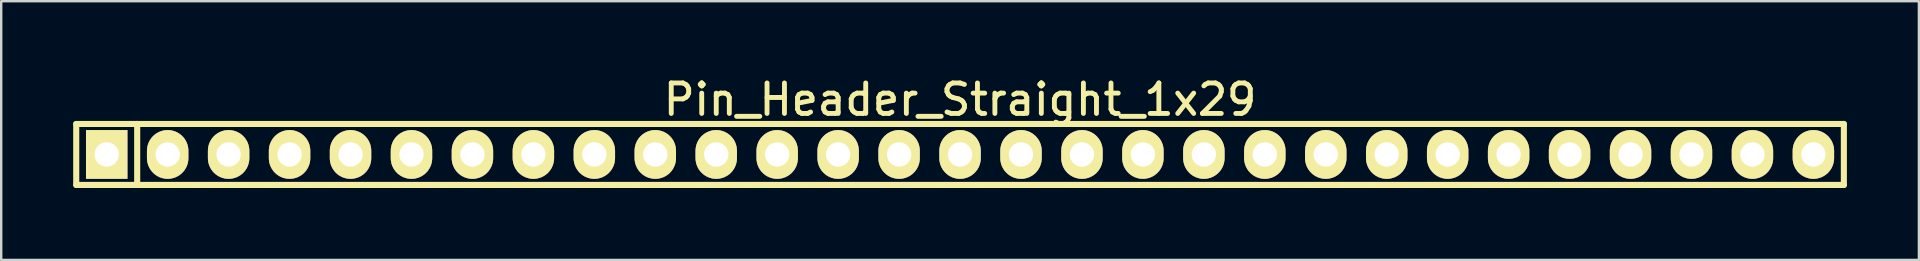
<source format=kicad_pcb>
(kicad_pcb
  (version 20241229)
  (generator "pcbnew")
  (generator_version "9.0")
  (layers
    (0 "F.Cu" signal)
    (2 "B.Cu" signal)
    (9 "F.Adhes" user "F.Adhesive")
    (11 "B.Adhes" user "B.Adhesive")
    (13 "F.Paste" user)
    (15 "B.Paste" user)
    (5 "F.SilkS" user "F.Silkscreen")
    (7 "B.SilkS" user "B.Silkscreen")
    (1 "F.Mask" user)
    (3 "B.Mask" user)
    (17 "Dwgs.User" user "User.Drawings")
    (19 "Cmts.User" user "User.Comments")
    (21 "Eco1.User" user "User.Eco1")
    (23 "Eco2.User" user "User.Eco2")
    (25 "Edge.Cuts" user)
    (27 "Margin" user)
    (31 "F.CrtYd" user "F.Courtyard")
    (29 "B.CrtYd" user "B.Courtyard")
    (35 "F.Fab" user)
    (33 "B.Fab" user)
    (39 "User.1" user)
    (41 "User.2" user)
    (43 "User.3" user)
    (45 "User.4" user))
  (footprint "Pin_Header_Straight_1x29"
    (layer "F.Cu")
    (at 36.957 3.386)
    (property "Reference" "Pin_Header_Straight_1x29" (at 0 -2.286 0) (layer "F.SilkS") (effects (font (size 1.27 1.27) (thickness 0.203))))
    (attr through_hole)
    (fp_line (start -36.83 -1.27) (end -36.83 1.27) (stroke (width 0.254) (type solid)) (layer "F.SilkS"))
    (fp_line (start -36.83 -1.27) (end -34.29 -1.27) (stroke (width 0.254) (type solid)) (layer "F.SilkS"))
    (fp_line (start -36.83 1.27) (end -34.29 1.27) (stroke (width 0.254) (type solid)) (layer "F.SilkS"))
    (fp_line (start -34.29 -1.27) (end -34.29 1.27) (stroke (width 0.254) (type solid)) (layer "F.SilkS"))
    (fp_line (start -34.29 1.27) (end 36.83 1.27) (stroke (width 0.254) (type solid)) (layer "F.SilkS"))
    (fp_line (start 36.83 -1.27) (end -34.29 -1.27) (stroke (width 0.254) (type solid)) (layer "F.SilkS"))
    (fp_line (start 36.83 1.27) (end 36.83 -1.27) (stroke (width 0.254) (type solid)) (layer "F.SilkS"))
    (pad "1" thru_hole rect (at -35.56 0) (size 1.727 2.032) (drill 1.016) (layers "*.Cu" "*.Mask" "F.SilkS"))
    (pad "2" thru_hole oval (at -33.02 0) (size 1.727 2.032) (drill 1.016) (layers "*.Cu" "*.Mask" "F.SilkS"))
    (pad "3" thru_hole oval (at -30.48 0) (size 1.727 2.032) (drill 1.016) (layers "*.Cu" "*.Mask" "F.SilkS"))
    (pad "4" thru_hole oval (at -27.94 0) (size 1.727 2.032) (drill 1.016) (layers "*.Cu" "*.Mask" "F.SilkS"))
    (pad "5" thru_hole oval (at -25.4 0) (size 1.727 2.032) (drill 1.016) (layers "*.Cu" "*.Mask" "F.SilkS"))
    (pad "6" thru_hole oval (at -22.86 0) (size 1.727 2.032) (drill 1.016) (layers "*.Cu" "*.Mask" "F.SilkS"))
    (pad "7" thru_hole oval (at -20.32 0) (size 1.727 2.032) (drill 1.016) (layers "*.Cu" "*.Mask" "F.SilkS"))
    (pad "8" thru_hole oval (at -17.78 0) (size 1.727 2.032) (drill 1.016) (layers "*.Cu" "*.Mask" "F.SilkS"))
    (pad "9" thru_hole oval (at -15.24 0) (size 1.727 2.032) (drill 1.016) (layers "*.Cu" "*.Mask" "F.SilkS"))
    (pad "10" thru_hole oval (at -12.7 0) (size 1.727 2.032) (drill 1.016) (layers "*.Cu" "*.Mask" "F.SilkS"))
    (pad "11" thru_hole oval (at -10.16 0) (size 1.727 2.032) (drill 1.016) (layers "*.Cu" "*.Mask" "F.SilkS"))
    (pad "12" thru_hole oval (at -7.62 0) (size 1.727 2.032) (drill 1.016) (layers "*.Cu" "*.Mask" "F.SilkS"))
    (pad "13" thru_hole oval (at -5.08 0) (size 1.727 2.032) (drill 1.016) (layers "*.Cu" "*.Mask" "F.SilkS"))
    (pad "14" thru_hole oval (at -2.54 0) (size 1.727 2.032) (drill 1.016) (layers "*.Cu" "*.Mask" "F.SilkS"))
    (pad "15" thru_hole oval (at 0 0) (size 1.727 2.032) (drill 1.016) (layers "*.Cu" "*.Mask" "F.SilkS"))
    (pad "16" thru_hole oval (at 2.54 0) (size 1.727 2.032) (drill 1.016) (layers "*.Cu" "*.Mask" "F.SilkS"))
    (pad "17" thru_hole oval (at 5.08 0) (size 1.727 2.032) (drill 1.016) (layers "*.Cu" "*.Mask" "F.SilkS"))
    (pad "18" thru_hole oval (at 7.62 0) (size 1.727 2.032) (drill 1.016) (layers "*.Cu" "*.Mask" "F.SilkS"))
    (pad "19" thru_hole oval (at 10.16 0) (size 1.727 2.032) (drill 1.016) (layers "*.Cu" "*.Mask" "F.SilkS"))
    (pad "20" thru_hole oval (at 12.7 0) (size 1.727 2.032) (drill 1.016) (layers "*.Cu" "*.Mask" "F.SilkS"))
    (pad "21" thru_hole oval (at 15.24 0) (size 1.727 2.032) (drill 1.016) (layers "*.Cu" "*.Mask" "F.SilkS"))
    (pad "22" thru_hole oval (at 17.78 0) (size 1.727 2.032) (drill 1.016) (layers "*.Cu" "*.Mask" "F.SilkS"))
    (pad "23" thru_hole oval (at 20.32 0) (size 1.727 2.032) (drill 1.016) (layers "*.Cu" "*.Mask" "F.SilkS"))
    (pad "24" thru_hole oval (at 22.86 0) (size 1.727 2.032) (drill 1.016) (layers "*.Cu" "*.Mask" "F.SilkS"))
    (pad "25" thru_hole oval (at 25.4 0) (size 1.727 2.032) (drill 1.016) (layers "*.Cu" "*.Mask" "F.SilkS"))
    (pad "26" thru_hole oval (at 27.94 0) (size 1.727 2.032) (drill 1.016) (layers "*.Cu" "*.Mask" "F.SilkS"))
    (pad "27" thru_hole oval (at 30.48 0) (size 1.727 2.032) (drill 1.016) (layers "*.Cu" "*.Mask" "F.SilkS"))
    (pad "28" thru_hole oval (at 33.02 0) (size 1.727 2.032) (drill 1.016) (layers "*.Cu" "*.Mask" "F.SilkS"))
    (pad "29" thru_hole oval (at 35.56 0) (size 1.727 2.032) (drill 1.016) (layers "*.Cu" "*.Mask" "F.SilkS")))
  (gr_rect
    (start -3 -3)
    (end 76.914 7.783)
    (stroke (width 0.1) (type default))
    (fill no)
    (layer "Edge.Cuts")))
</source>
